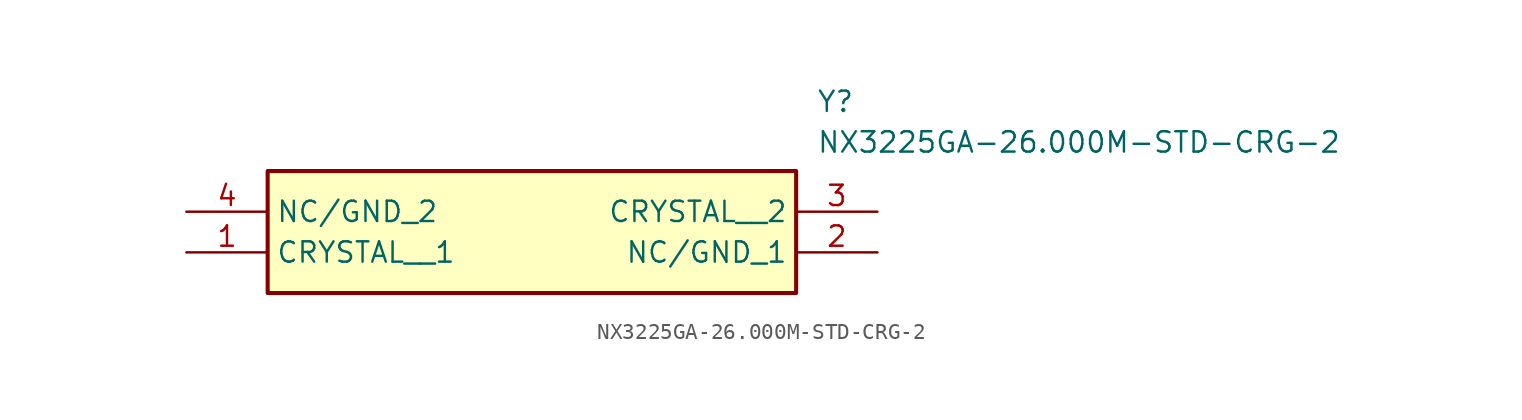
<source format=kicad_sym>
(kicad_symbol_lib
  (version 20241209)
  (generator "kicad_symbol_editor")
  (generator_version "9.0")
  (symbol "NX3225GA-26.000M-STD-CRG-2"
    (property "Reference" "Y"
      (at 39.37 7.62 0)
      (effects (font (size 1.27 1.27)) (justify left top)))
    (property "Value" "NX3225GA-26.000M-STD-CRG-2"
      (at 39.37 5.08 0)
      (effects (font (size 1.27 1.27)) (justify left top)))
    (symbol "NX3225GA-26.000M-STD-CRG-2_1_1"
      (rectangle (start 5.08 2.54) (end 38.1 -5.08) (stroke (width 0.254) (type default)) (fill (type background)))
      (pin passive line (at 0 0 0) (length 5.08) (name "NC/GND_2" (effects (font (size 1.27 1.27)))) (number "4" (effects (font (size 1.27 1.27)))))
      (pin passive line (at 0 -2.54 0) (length 5.08) (name "CRYSTAL__1" (effects (font (size 1.27 1.27)))) (number "1" (effects (font (size 1.27 1.27)))))
      (pin passive line (at 43.18 0 180) (length 5.08) (name "CRYSTAL__2" (effects (font (size 1.27 1.27)))) (number "3" (effects (font (size 1.27 1.27)))))
      (pin passive line (at 43.18 -2.54 180) (length 5.08) (name "NC/GND_1" (effects (font (size 1.27 1.27)))) (number "2" (effects (font (size 1.27 1.27))))))))
</source>
